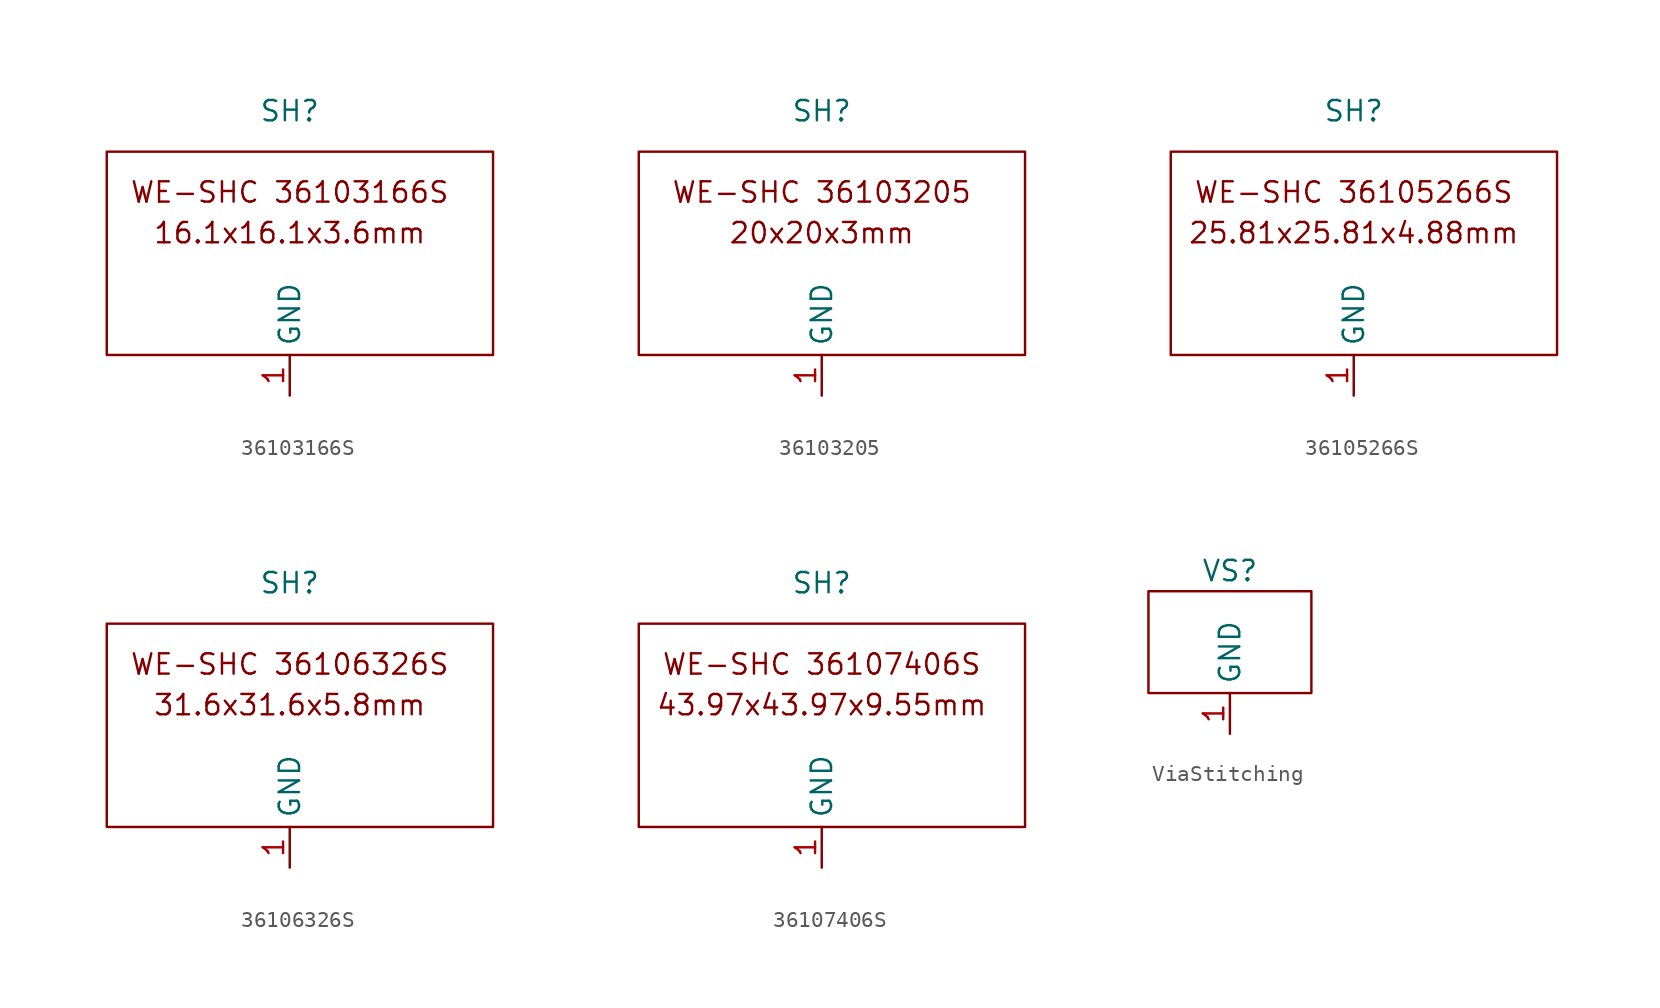
<source format=kicad_sym>
(kicad_symbol_lib
  (version 20220914)
  (generator kicad_symbol_editor)
  (symbol "36103166S"
    (property "Reference" "SH"
      (at 11.43 15.24 0)
      (effects (font (size 1.27 1.27))))
    (property "Value" ""
      (at 0 0 0)
      (effects (font (size 1.27 1.27))))
    (symbol "36103166S_0_1"
      (rectangle (start 0 12.7) (end 24.13 0) (stroke (width 0) (type default)) (fill (type none))))
    (symbol "36103166S_1_1"
      (text "16.1x16.1x3.6mm\n" (at 11.43 7.62 0) (effects (font (size 1.27 1.27))))
      (text "WE-SHC 36103166S" (at 11.43 10.16 0) (effects (font (size 1.27 1.27))))
      (pin input line (at 11.43 -2.54 90) (length 2.54) (name "GND" (effects (font (size 1.27 1.27)))) (number "1" (effects (font (size 1.27 1.27)))))))
  (symbol "36103205"
    (property "Reference" "SH"
      (at 11.43 15.24 0)
      (effects (font (size 1.27 1.27))))
    (property "Value" ""
      (at 0 0 0)
      (effects (font (size 1.27 1.27))))
    (symbol "36103205_0_1"
      (rectangle (start 0 12.7) (end 24.13 0) (stroke (width 0) (type default)) (fill (type none))))
    (symbol "36103205_1_1"
      (text "20x20x3mm\n" (at 11.43 7.62 0) (effects (font (size 1.27 1.27))))
      (text "WE-SHC 36103205" (at 11.43 10.16 0) (effects (font (size 1.27 1.27))))
      (pin input line (at 11.43 -2.54 90) (length 2.54) (name "GND" (effects (font (size 1.27 1.27)))) (number "1" (effects (font (size 1.27 1.27)))))))
  (symbol "36105266S"
    (property "Reference" "SH"
      (at 11.43 15.24 0)
      (effects (font (size 1.27 1.27))))
    (property "Value" ""
      (at 0 0 0)
      (effects (font (size 1.27 1.27))))
    (symbol "36105266S_0_1"
      (rectangle (start 0 12.7) (end 24.13 0) (stroke (width 0) (type default)) (fill (type none))))
    (symbol "36105266S_1_1"
      (text "25.81x25.81x4.88mm\n" (at 11.43 7.62 0) (effects (font (size 1.27 1.27))))
      (text "WE-SHC 36105266S" (at 11.43 10.16 0) (effects (font (size 1.27 1.27))))
      (pin input line (at 11.43 -2.54 90) (length 2.54) (name "GND" (effects (font (size 1.27 1.27)))) (number "1" (effects (font (size 1.27 1.27)))))))
  (symbol "36106326S"
    (property "Reference" "SH"
      (at 11.43 15.24 0)
      (effects (font (size 1.27 1.27))))
    (property "Value" ""
      (at 0 0 0)
      (effects (font (size 1.27 1.27))))
    (symbol "36106326S_0_1"
      (rectangle (start 0 12.7) (end 24.13 0) (stroke (width 0) (type default)) (fill (type none))))
    (symbol "36106326S_1_1"
      (text "31.6x31.6x5.8mm" (at 11.43 7.62 0) (effects (font (size 1.27 1.27))))
      (text "WE-SHC 36106326S" (at 11.43 10.16 0) (effects (font (size 1.27 1.27))))
      (pin input line (at 11.43 -2.54 90) (length 2.54) (name "GND" (effects (font (size 1.27 1.27)))) (number "1" (effects (font (size 1.27 1.27)))))))
  (symbol "36107406S"
    (property "Reference" "SH"
      (at 11.43 15.24 0)
      (effects (font (size 1.27 1.27))))
    (property "Value" ""
      (at 0 0 0)
      (effects (font (size 1.27 1.27))))
    (symbol "36107406S_0_1"
      (rectangle (start 0 12.7) (end 24.13 0) (stroke (width 0) (type default)) (fill (type none))))
    (symbol "36107406S_1_1"
      (text "43.97x43.97x9.55mm" (at 11.43 7.62 0) (effects (font (size 1.27 1.27))))
      (text "WE-SHC 36107406S" (at 11.43 10.16 0) (effects (font (size 1.27 1.27))))
      (pin input line (at 11.43 -2.54 90) (length 2.54) (name "GND" (effects (font (size 1.27 1.27)))) (number "1" (effects (font (size 1.27 1.27)))))))
  (symbol "ViaStitching"
    (property "Reference" "VS"
      (at 5.08 7.62 0)
      (effects (font (size 1.27 1.27))))
    (property "Value" ""
      (at 0 0 0)
      (effects (font (size 1.27 1.27))))
    (symbol "ViaStitching_0_1"
      (rectangle (start 0 6.35) (end 10.16 0) (stroke (width 0) (type default)) (fill (type none))))
    (symbol "ViaStitching_1_1"
      (pin input line (at 5.08 -2.54 90) (length 2.54) (name "GND" (effects (font (size 1.27 1.27)))) (number "1" (effects (font (size 1.27 1.27))))))))
</source>
